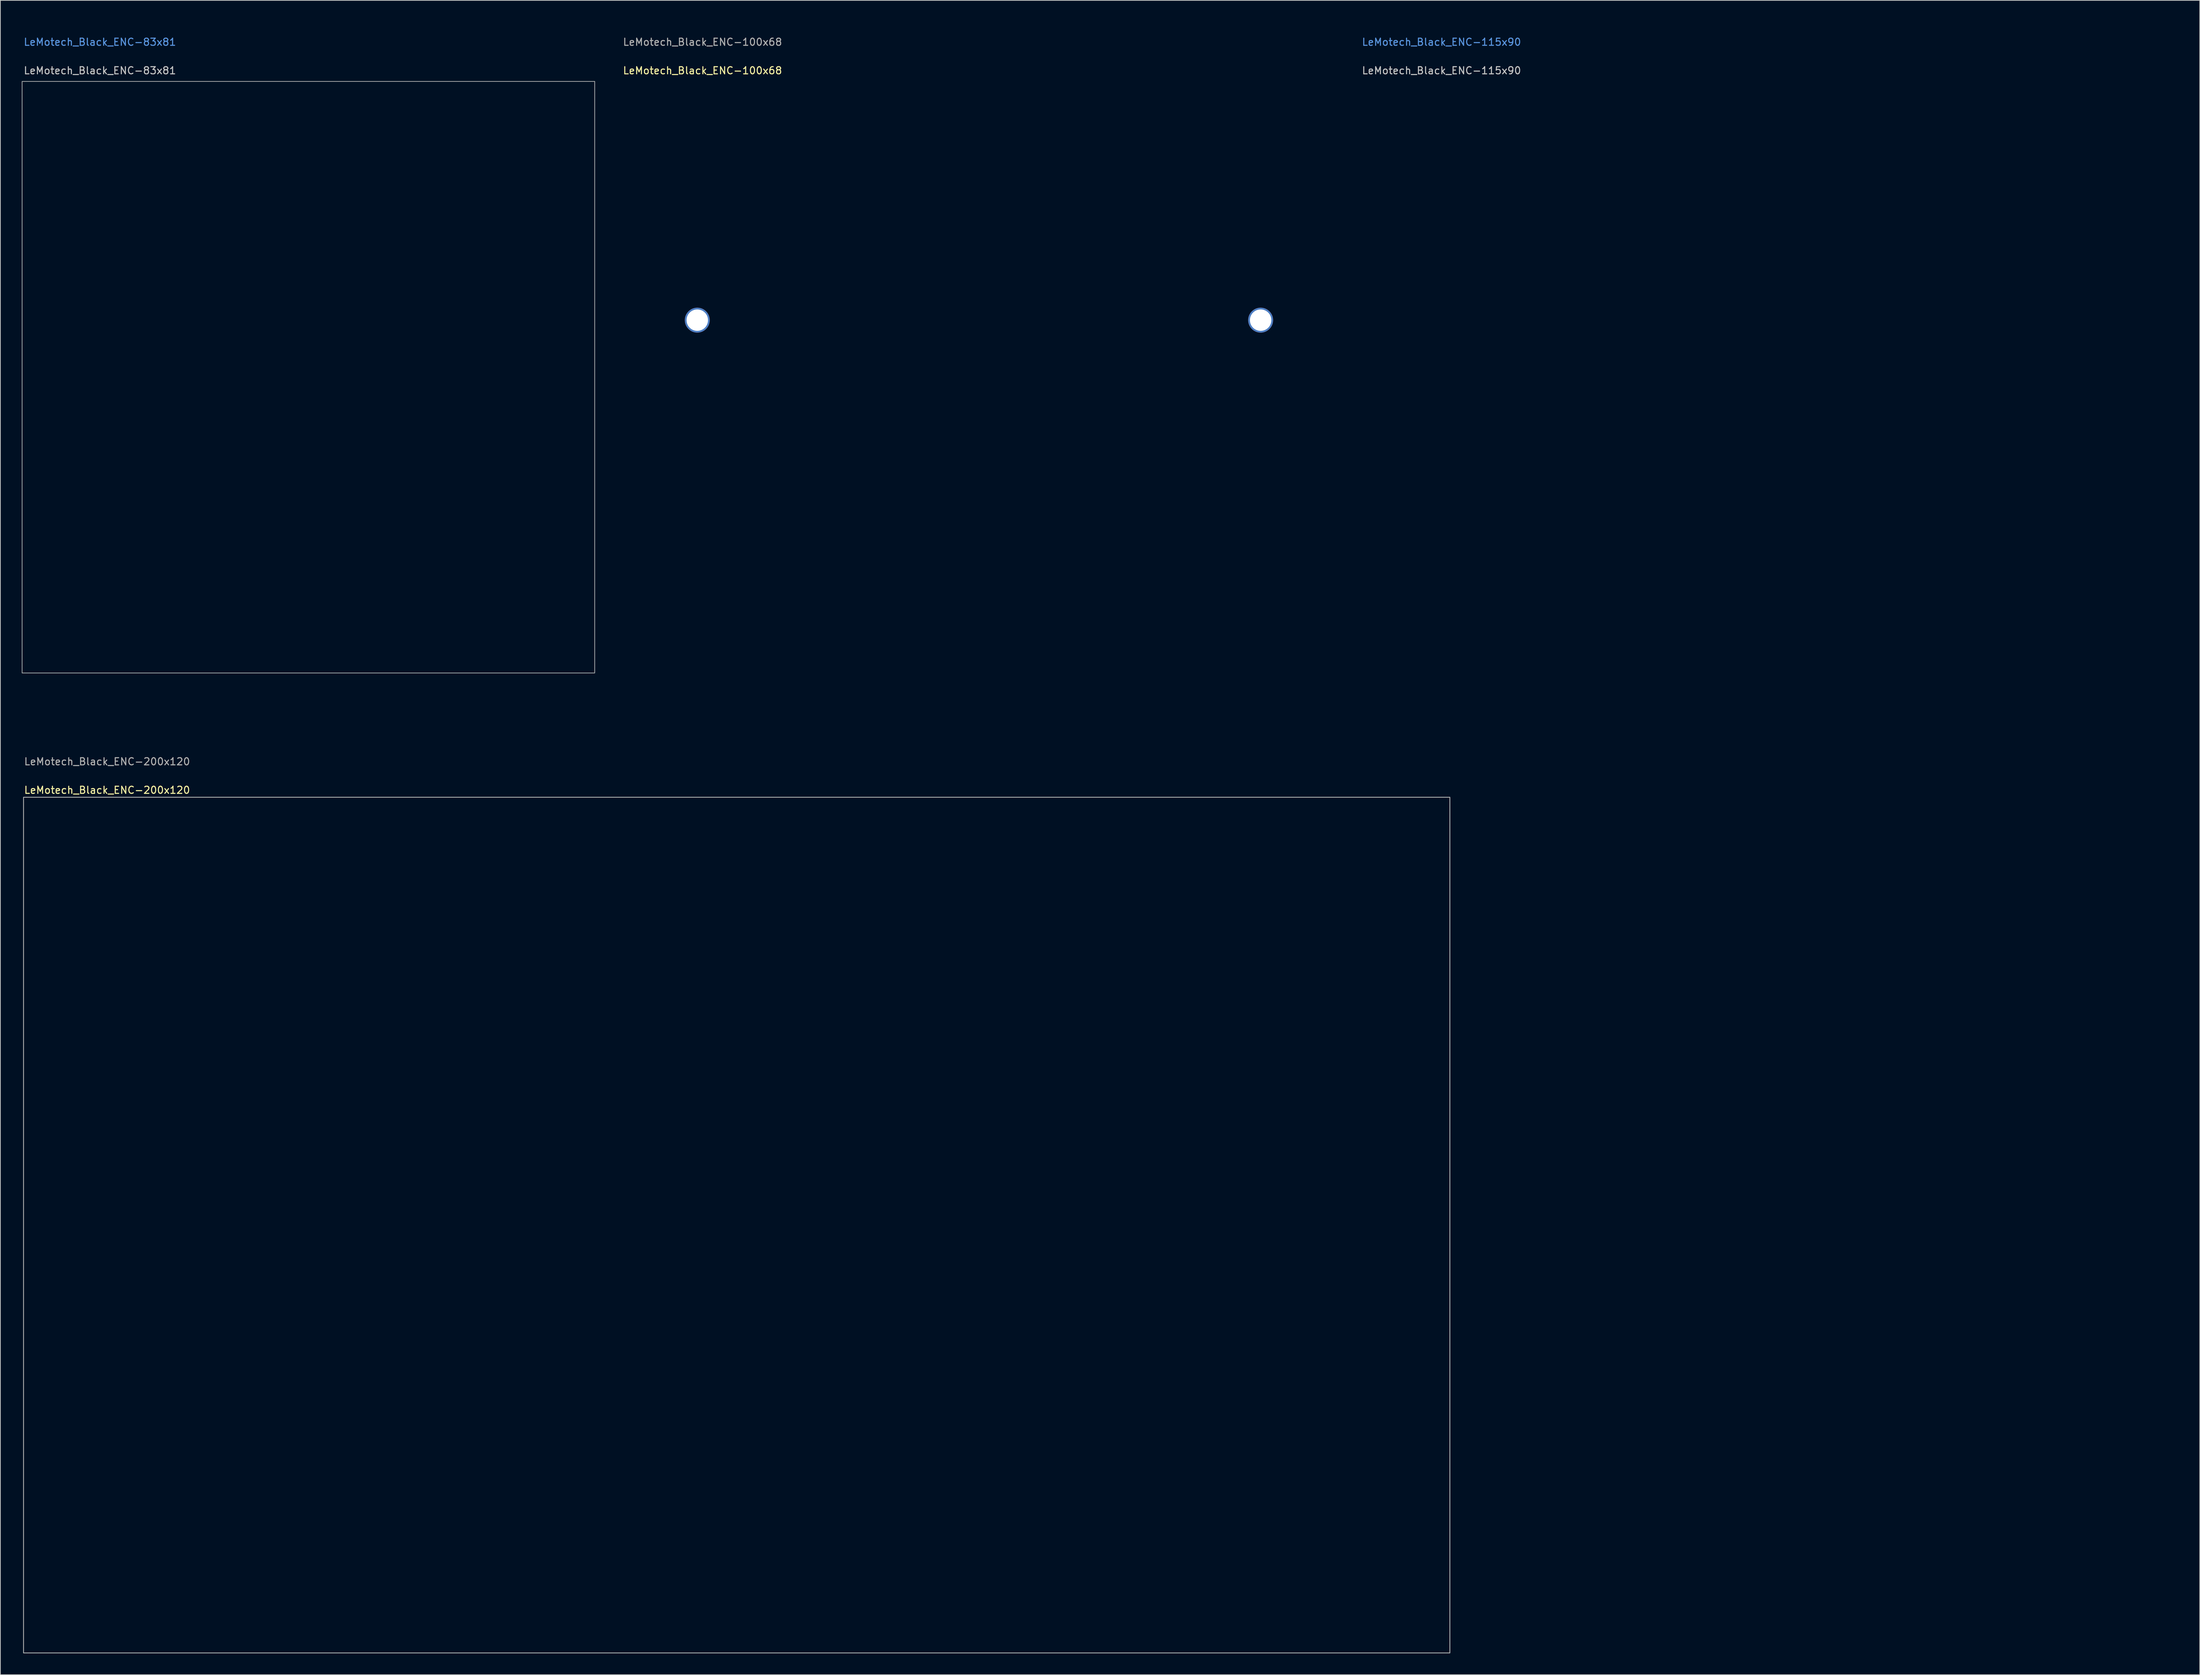
<source format=kicad_pcb>
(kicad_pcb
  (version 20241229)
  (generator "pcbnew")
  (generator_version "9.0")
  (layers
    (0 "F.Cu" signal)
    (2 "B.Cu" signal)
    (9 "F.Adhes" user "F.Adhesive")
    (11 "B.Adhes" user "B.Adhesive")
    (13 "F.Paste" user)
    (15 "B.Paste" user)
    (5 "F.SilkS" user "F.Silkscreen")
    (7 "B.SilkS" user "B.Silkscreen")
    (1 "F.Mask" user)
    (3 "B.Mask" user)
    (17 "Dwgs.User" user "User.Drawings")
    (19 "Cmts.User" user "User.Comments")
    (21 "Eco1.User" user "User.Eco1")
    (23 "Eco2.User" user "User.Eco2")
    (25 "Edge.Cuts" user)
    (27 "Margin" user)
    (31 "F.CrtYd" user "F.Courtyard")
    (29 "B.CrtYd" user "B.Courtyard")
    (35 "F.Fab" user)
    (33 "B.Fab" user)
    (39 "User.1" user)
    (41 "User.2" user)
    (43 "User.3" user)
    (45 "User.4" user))
  (footprint "LeMotech_Black_ENC-100x68"
    (layer "F.Cu")
    (at 134.219 41.848)
    (property "Reference" "LeMotech_Black_ENC-100x68" (at -50 -35 0) (unlocked yes) (layer "F.SilkS") (effects (font (size 1 1) (thickness 0.15)) (justify left)))
    (fp_rect (start -50 -34) (end 50 34) (stroke (width 0.12) (type solid)) (fill no) (layer "User.1"))
    (fp_line (start -47 17.955) (end -47 -17.955) (stroke (width 0.12) (type solid)) (layer "User.2"))
    (fp_line (start -44 20.955) (end -42.703 20.955) (stroke (width 0.12) (type solid)) (layer "User.2"))
    (fp_line (start -42.703 -20.955) (end -44 -20.955) (stroke (width 0.12) (type solid)) (layer "User.2"))
    (fp_line (start -36.703 -26.955) (end -36.703 -28) (stroke (width 0.12) (type solid)) (layer "User.2"))
    (fp_line (start -36.703 28) (end -36.703 26.955) (stroke (width 0.12) (type solid)) (layer "User.2"))
    (fp_line (start -33.703 -31) (end 33.703 -31) (stroke (width 0.12) (type solid)) (layer "User.2"))
    (fp_line (start 33.703 31) (end -33.703 31) (stroke (width 0.12) (type solid)) (layer "User.2"))
    (fp_line (start 36.703 -28) (end 36.703 -26.955) (stroke (width 0.12) (type solid)) (layer "User.2"))
    (fp_line (start 36.703 26.955) (end 36.703 28) (stroke (width 0.12) (type solid)) (layer "User.2"))
    (fp_line (start 42.703 -20.955) (end 44 -20.955) (stroke (width 0.12) (type solid)) (layer "User.2"))
    (fp_line (start 44 20.955) (end 42.703 20.955) (stroke (width 0.12) (type solid)) (layer "User.2"))
    (fp_line (start 47 -17.955) (end 47 17.955) (stroke (width 0.12) (type solid)) (layer "User.2"))
    (fp_arc (start -47 -17.955) (mid -46.12132 -20.07632) (end -44 -20.955) (stroke (width 0.12) (type solid)) (layer "User.2"))
    (fp_arc (start -44 20.955) (mid -46.12132 20.07632) (end -47 17.955) (stroke (width 0.12) (type solid)) (layer "User.2"))
    (fp_arc (start -42.703 20.955) (mid -38.460359 22.712359) (end -36.703 26.955) (stroke (width 0.12) (type solid)) (layer "User.2"))
    (fp_arc (start -36.703 -28) (mid -35.82432 -30.12132) (end -33.703 -31) (stroke (width 0.12) (type solid)) (layer "User.2"))
    (fp_arc (start -36.703 -26.955) (mid -38.460359 -22.712359) (end -42.703 -20.955) (stroke (width 0.12) (type solid)) (layer "User.2"))
    (fp_arc (start -33.703 31) (mid -35.82432 30.12132) (end -36.703 28) (stroke (width 0.12) (type solid)) (layer "User.2"))
    (fp_arc (start 33.703 -31) (mid 35.82432 -30.12132) (end 36.703 -28) (stroke (width 0.12) (type solid)) (layer "User.2"))
    (fp_arc (start 36.703 26.955) (mid 38.460359 22.712359) (end 42.703 20.955) (stroke (width 0.12) (type solid)) (layer "User.2"))
    (fp_arc (start 36.703 28) (mid 35.82432 30.12132) (end 33.703 31) (stroke (width 0.12) (type solid)) (layer "User.2"))
    (fp_arc (start 42.703 -20.955) (mid 38.460359 -22.712359) (end 36.703 -26.955) (stroke (width 0.12) (type solid)) (layer "User.2"))
    (fp_arc (start 44 -20.955) (mid 46.12132 -20.07632) (end 47 -17.955) (stroke (width 0.12) (type solid)) (layer "User.2"))
    (fp_arc (start 47 17.955) (mid 46.12132 20.07632) (end 44 20.955) (stroke (width 0.12) (type solid)) (layer "User.2"))
    (fp_circle (center -44 -27.94) (end -42.25 -27.94) (stroke (width 0.12) (type solid)) (fill no) (layer "User.4"))
    (fp_circle (center -44 27.94) (end -42.25 27.94) (stroke (width 0.12) (type solid)) (fill no) (layer "User.4"))
    (fp_circle (center 44 -27.94) (end 45.75 -27.94) (stroke (width 0.12) (type solid)) (fill no) (layer "User.4"))
    (fp_circle (center 44 27.94) (end 45.75 27.94) (stroke (width 0.12) (type solid)) (fill no) (layer "User.4"))
    (fp_text user "${REFERENCE}" (at -50 -39 0) (unlocked yes) (layer "F.Fab") (effects (font (size 1 1) (thickness 0.15)) (justify left)))
    (fp_text user "https://www.amazon.com/gp/product/B083LC22JZ/ref=ox_sc_act_title_2?smid=A1NFM2368P534K&th=1" (at -50 -41 0) (layer "User.9") (effects (font (size 1 1) (thickness 0.15)) (justify left)))
    (pad "" np_thru_hole circle (at -39.497 0) (size 3.5 3.5) (drill 3) (layers "*.Cu" "*.Mask"))
    (pad "" np_thru_hole circle (at 39.497 0) (size 3.5 3.5) (drill 3) (layers "*.Cu" "*.Mask")))
  (footprint "LeMotech_Black_ENC-83x81"
    (layer "F.Cu")
    (at 40.195 49.848)
    (property "Reference" "LeMotech_Black_ENC-83x81" (at -40 -43 0) (unlocked yes) (layer "Dwgs.User") (effects (font (size 1 1) (thickness 0.15)) (justify left)))
    (fp_rect (start -40.145 -41.48) (end 40.145 41.48) (stroke (width 0.1) (type solid)) (fill no) (layer "F.Fab"))
    (fp_line (start -37.145 -28.448) (end -18.542 -28.448) (stroke (width 0.12) (type solid)) (layer "User.2"))
    (fp_line (start -37.145 28.448) (end -37.145 -28.448) (stroke (width 0.12) (type solid)) (layer "User.2"))
    (fp_line (start -37.145 28.448) (end -18.542 28.448) (stroke (width 0.12) (type solid)) (layer "User.2"))
    (fp_line (start -18.542 -38.18) (end 18.542 -38.18) (stroke (width 0.12) (type solid)) (layer "User.2"))
    (fp_line (start -18.542 -28.448) (end -18.542 -38.18) (stroke (width 0.12) (type solid)) (layer "User.2"))
    (fp_line (start -18.542 28.448) (end -18.542 38.18) (stroke (width 0.12) (type solid)) (layer "User.2"))
    (fp_line (start 18.542 -38.18) (end 18.542 -28.448) (stroke (width 0.12) (type solid)) (layer "User.2"))
    (fp_line (start 18.542 -28.448) (end 37.145 -28.448) (stroke (width 0.12) (type solid)) (layer "User.2"))
    (fp_line (start 18.542 28.448) (end 18.542 38.18) (stroke (width 0.12) (type solid)) (layer "User.2"))
    (fp_line (start 18.542 38.18) (end -18.542 38.18) (stroke (width 0.12) (type solid)) (layer "User.2"))
    (fp_line (start 37.145 -28.448) (end 37.145 28.448) (stroke (width 0.12) (type solid)) (layer "User.2"))
    (fp_line (start 37.145 28.448) (end 18.542 28.448) (stroke (width 0.12) (type solid)) (layer "User.2"))
    (fp_circle (center -34.5 -35.5) (end -32.75 -35.5) (stroke (width 0.12) (type solid)) (fill no) (layer "User.4"))
    (fp_circle (center -34.5 35.5) (end -32.75 35.5) (stroke (width 0.12) (type solid)) (fill no) (layer "User.4"))
    (fp_circle (center 34.5 -35.5) (end 36.25 -35.5) (stroke (width 0.12) (type solid)) (fill no) (layer "User.4"))
    (fp_circle (center 34.5 35.5) (end 36.25 35.5) (stroke (width 0.12) (type solid)) (fill no) (layer "User.4"))
    (fp_circle (center -25.5 -35.5) (end -23.26 -35.5) (stroke (width 0.12) (type solid)) (fill no) (layer "User.7"))
    (fp_circle (center -25.5 35.5) (end -23.26 35.5) (stroke (width 0.12) (type solid)) (fill no) (layer "User.7"))
    (fp_circle (center 25.5 -35.5) (end 27.74 -35.5) (stroke (width 0.12) (type solid)) (fill no) (layer "User.7"))
    (fp_circle (center 25.5 35.5) (end 27.74 35.5) (stroke (width 0.12) (type solid)) (fill no) (layer "User.7"))
    (fp_circle (center -34.5 -35.5) (end -30.5 -35.5) (stroke (width 0.12) (type solid)) (fill no) (layer "User.8"))
    (fp_circle (center -34.5 35.5) (end -30.5 35.5) (stroke (width 0.12) (type solid)) (fill no) (layer "User.8"))
    (fp_circle (center 34.5 -35.5) (end 38.5 -35.5) (stroke (width 0.12) (type solid)) (fill no) (layer "User.8"))
    (fp_circle (center 34.5 35.5) (end 38.5 35.5) (stroke (width 0.12) (type solid)) (fill no) (layer "User.8"))
    (fp_circle (center -14.14 -16.85) (end -12.345 -16.85) (stroke (width 0.1) (type solid)) (fill no) (layer "User.9"))
    (fp_circle (center 0 -30.75) (end 1.795 -30.75) (stroke (width 0.1) (type solid)) (fill no) (layer "User.9"))
    (fp_circle (center 0 30.75) (end 1.795 30.75) (stroke (width 0.1) (type solid)) (fill no) (layer "User.9"))
    (fp_circle (center 14.14 16.85) (end 15.935 16.85) (stroke (width 0.1) (type solid)) (fill no) (layer "User.9"))
    (fp_text user "${REFERENCE}" (at -40 -47 0) (unlocked yes) (layer "Cmts.User") (effects (font (size 1 1) (thickness 0.15)) (justify left)))
    (fp_text user "https://www.amazon.com/gp/product/B08161PBP6/ref=ox_sc_act_title_2?smid=A1NFM2368P534K&th=1" (at -40 -49 0) (layer "User.9") (effects (font (size 1 1) (thickness 0.15)) (justify left))))
  (footprint "LeMotech_Black_ENC-115x90"
    (layer "F.Cu")
    (at 244.839 52.848)
    (property "Reference" "LeMotech_Black_ENC-115x90" (at -57 -46 0) (unlocked yes) (layer "Dwgs.User") (effects (font (size 1 1) (thickness 0.15)) (justify left)))
    (attr board_only)
    (fp_line (start -57.5 -45) (end 57.5 -45) (stroke (width 0.12) (type solid)) (layer "User.1"))
    (fp_line (start -57.5 45) (end -57.5 -45) (stroke (width 0.12) (type solid)) (layer "User.1"))
    (fp_line (start 57.5 -45) (end 57.5 45) (stroke (width 0.12) (type solid)) (layer "User.1"))
    (fp_line (start 57.5 45) (end -57.5 45) (stroke (width 0.12) (type solid)) (layer "User.1"))
    (fp_line (start -54.5 19) (end -54.5 -19) (stroke (width 0.12) (type solid)) (layer "User.2"))
    (fp_line (start -50.5 -23) (end -48.7 -23) (stroke (width 0.12) (type solid)) (layer "User.2"))
    (fp_line (start -48.7 23) (end -50.5 23) (stroke (width 0.12) (type solid)) (layer "User.2"))
    (fp_line (start -44.7 -27) (end -44.7 -38) (stroke (width 0.12) (type solid)) (layer "User.2"))
    (fp_line (start -44.7 38) (end -44.7 27) (stroke (width 0.12) (type solid)) (layer "User.2"))
    (fp_line (start -40.7 -42) (end 40.7 -42) (stroke (width 0.12) (type solid)) (layer "User.2"))
    (fp_line (start 40.7 42) (end -40.7 42) (stroke (width 0.12) (type solid)) (layer "User.2"))
    (fp_line (start 44.7 -38) (end 44.7 -27) (stroke (width 0.12) (type solid)) (layer "User.2"))
    (fp_line (start 44.7 27) (end 44.7 38) (stroke (width 0.12) (type solid)) (layer "User.2"))
    (fp_line (start 48.7 -23) (end 50.5 -23) (stroke (width 0.12) (type solid)) (layer "User.2"))
    (fp_line (start 50.5 23) (end 48.7 23) (stroke (width 0.12) (type solid)) (layer "User.2"))
    (fp_line (start 54.5 -19) (end 54.5 19) (stroke (width 0.12) (type solid)) (layer "User.2"))
    (fp_arc (start -54.5 -19) (mid -53.328427 -21.828427) (end -50.5 -23) (stroke (width 0.12) (type solid)) (layer "User.2"))
    (fp_arc (start -50.5 23) (mid -53.328427 21.828427) (end -54.5 19) (stroke (width 0.12) (type solid)) (layer "User.2"))
    (fp_arc (start -48.7 23) (mid -45.871573 24.171573) (end -44.7 27) (stroke (width 0.12) (type solid)) (layer "User.2"))
    (fp_arc (start -44.7 -38) (mid -43.528427 -40.828427) (end -40.7 -42) (stroke (width 0.12) (type solid)) (layer "User.2"))
    (fp_arc (start -44.7 -27) (mid -45.871573 -24.171573) (end -48.7 -23) (stroke (width 0.12) (type solid)) (layer "User.2"))
    (fp_arc (start -40.7 42) (mid -43.528427 40.828427) (end -44.7 38) (stroke (width 0.12) (type solid)) (layer "User.2"))
    (fp_arc (start 40.7 -42) (mid 43.528427 -40.828427) (end 44.7 -38) (stroke (width 0.12) (type solid)) (layer "User.2"))
    (fp_arc (start 44.7 27) (mid 45.871573 24.171573) (end 48.7 23) (stroke (width 0.12) (type solid)) (layer "User.2"))
    (fp_arc (start 44.7 38) (mid 43.528427 40.828427) (end 40.7 42) (stroke (width 0.12) (type solid)) (layer "User.2"))
    (fp_arc (start 48.7 -23) (mid 45.871573 -24.171573) (end 44.7 -27) (stroke (width 0.12) (type solid)) (layer "User.2"))
    (fp_arc (start 50.5 -23) (mid 53.328427 -21.828427) (end 54.5 -19) (stroke (width 0.12) (type solid)) (layer "User.2"))
    (fp_arc (start 54.5 19) (mid 53.328427 21.828427) (end 50.5 23) (stroke (width 0.12) (type solid)) (layer "User.2"))
    (fp_circle (center -39.5 -35) (end -36 -35) (stroke (width 0.12) (type solid)) (fill no) (layer "User.3"))
    (fp_circle (center -39.5 35) (end -36 35) (stroke (width 0.12) (type solid)) (fill no) (layer "User.3"))
    (fp_circle (center 39.5 -35) (end 43 -35) (stroke (width 0.12) (type solid)) (fill no) (layer "User.3"))
    (fp_circle (center 39.5 35) (end 43 35) (stroke (width 0.12) (type solid)) (fill no) (layer "User.3"))
    (fp_circle (center -39.5 -35) (end -38 -35) (stroke (width 0.1) (type solid)) (fill no) (layer "User.9"))
    (fp_circle (center -39.5 35) (end -38 35) (stroke (width 0.1) (type solid)) (fill no) (layer "User.9"))
    (fp_circle (center 39.5 -35) (end 41 -35) (stroke (width 0.1) (type solid)) (fill no) (layer "User.9"))
    (fp_circle (center 39.5 35) (end 41 35) (stroke (width 0.1) (type solid)) (fill no) (layer "User.9"))
    (fp_text user "${REFERENCE}" (at -57 -50 0) (unlocked yes) (layer "Cmts.User") (effects (font (size 1 1) (thickness 0.15)) (justify left)))
    (fp_text user "https://www.amazon.com/gp/product/B0895J3SWL/ref=ox_sc_act_title_3?smid=A1NFM2368P534K&th=1" (at -57 -52 0) (layer "User.9") (effects (font (size 1 1) (thickness 0.15)) (justify left))))
  (footprint "LeMotech_Black_ENC-200x120"
    (layer "F.Cu")
    (at 0.25 108.757)
    (property "Reference" "LeMotech_Black_ENC-200x120" (at 0 -1 0) (unlocked yes) (layer "F.SilkS") (effects (font (size 1 1) (thickness 0.15)) (justify left)))
    (attr board_only exclude_from_pos_files)
    (fp_rect (start 0 0) (end 200 120) (stroke (width 0.12) (type solid)) (fill no) (layer "F.Fab"))
    (fp_line (start 3 21.5) (end 12.5 21.5) (stroke (width 0.12) (type solid)) (layer "User.2"))
    (fp_line (start 3 98.5) (end 3 21.5) (stroke (width 0.12) (type solid)) (layer "User.2"))
    (fp_line (start 12.5 3) (end 187.5 3) (stroke (width 0.12) (type solid)) (layer "User.2"))
    (fp_line (start 12.5 21.5) (end 12.5 3) (stroke (width 0.12) (type solid)) (layer "User.2"))
    (fp_line (start 12.5 98.5) (end 3 98.5) (stroke (width 0.12) (type solid)) (layer "User.2"))
    (fp_line (start 12.5 117) (end 12.5 98.5) (stroke (width 0.12) (type solid)) (layer "User.2"))
    (fp_line (start 12.5 117) (end 187.5 117) (stroke (width 0.12) (type solid)) (layer "User.2"))
    (fp_line (start 187.5 21.5) (end 187.5 3) (stroke (width 0.12) (type solid)) (layer "User.2"))
    (fp_line (start 187.5 21.5) (end 197 21.5) (stroke (width 0.12) (type solid)) (layer "User.2"))
    (fp_line (start 187.5 98.5) (end 187.5 117) (stroke (width 0.12) (type solid)) (layer "User.2"))
    (fp_line (start 197 21.5) (end 197 98.5) (stroke (width 0.12) (type solid)) (layer "User.2"))
    (fp_line (start 197 98.5) (end 187.5 98.5) (stroke (width 0.12) (type solid)) (layer "User.2"))
    (fp_circle (center 12.5 40) (end 13.75 40) (stroke (width 0.1) (type solid)) (fill no) (layer "User.3"))
    (fp_circle (center 12.5 40) (end 16.25 40) (stroke (width 0.12) (type solid)) (fill no) (layer "User.3"))
    (fp_circle (center 12.5 60) (end 13.75 60) (stroke (width 0.1) (type solid)) (fill no) (layer "User.3"))
    (fp_circle (center 12.5 60) (end 16.25 60) (stroke (width 0.12) (type solid)) (fill no) (layer "User.3"))
    (fp_circle (center 12.5 80) (end 13.75 80) (stroke (width 0.1) (type solid)) (fill no) (layer "User.3"))
    (fp_circle (center 12.5 80) (end 16.25 80) (stroke (width 0.12) (type solid)) (fill no) (layer "User.3"))
    (fp_circle (center 20 15) (end 21.25 15) (stroke (width 0.1) (type solid)) (fill no) (layer "User.3"))
    (fp_circle (center 20 15) (end 23.75 15) (stroke (width 0.12) (type solid)) (fill no) (layer "User.3"))
    (fp_circle (center 20 105) (end 21.25 105) (stroke (width 0.1) (type solid)) (fill no) (layer "User.3"))
    (fp_circle (center 20 105) (end 23.75 105) (stroke (width 0.12) (type solid)) (fill no) (layer "User.3"))
    (fp_circle (center 42 15) (end 43.25 15) (stroke (width 0.1) (type solid)) (fill no) (layer "User.3"))
    (fp_circle (center 42 15) (end 45.75 15) (stroke (width 0.12) (type solid)) (fill no) (layer "User.3"))
    (fp_circle (center 42 105) (end 43.25 105) (stroke (width 0.1) (type solid)) (fill no) (layer "User.3"))
    (fp_circle (center 42 105) (end 45.75 105) (stroke (width 0.12) (type solid)) (fill no) (layer "User.3"))
    (fp_circle (center 180 15) (end 181.25 15) (stroke (width 0.1) (type solid)) (fill no) (layer "User.3"))
    (fp_circle (center 180 15) (end 183.75 15) (stroke (width 0.12) (type solid)) (fill no) (layer "User.3"))
    (fp_circle (center 180 105) (end 181.25 105) (stroke (width 0.1) (type solid)) (fill no) (layer "User.3"))
    (fp_circle (center 180 105) (end 183.75 105) (stroke (width 0.12) (type solid)) (fill no) (layer "User.3"))
    (fp_circle (center 187.5 40) (end 188.75 40) (stroke (width 0.1) (type solid)) (fill no) (layer "User.3"))
    (fp_circle (center 187.5 40) (end 191.25 40) (stroke (width 0.12) (type solid)) (fill no) (layer "User.3"))
    (fp_circle (center 187.5 60) (end 188.75 60) (stroke (width 0.1) (type solid)) (fill no) (layer "User.3"))
    (fp_circle (center 187.5 60) (end 191.25 60) (stroke (width 0.12) (type solid)) (fill no) (layer "User.3"))
    (fp_circle (center 187.5 80) (end 188.75 80) (stroke (width 0.1) (type solid)) (fill no) (layer "User.3"))
    (fp_circle (center 187.5 80) (end 191.25 80) (stroke (width 0.12) (type solid)) (fill no) (layer "User.3"))
    (fp_line (start 100 4) (end 100 116) (stroke (width 0.5) (type solid)) (layer "User.6"))
    (fp_circle (center 6 15.5) (end 8.25 15.5) (stroke (width 0.12) (type solid)) (fill no) (layer "User.9"))
    (fp_circle (center 6 104.5) (end 8.25 104.5) (stroke (width 0.12) (type solid)) (fill no) (layer "User.9"))
    (fp_circle (center 194 15.5) (end 196.25 15.5) (stroke (width 0.12) (type solid)) (fill no) (layer "User.9"))
    (fp_circle (center 194 104.5) (end 196.25 104.5) (stroke (width 0.12) (type solid)) (fill no) (layer "User.9"))
    (fp_text user "${REFERENCE}" (at 0 -5 0) (unlocked yes) (layer "F.Fab") (effects (font (size 1 1) (thickness 0.15)) (justify left)))
    (fp_text user "https://www.amazon.com/dp/B07D23BF7Y?psc=1&ref=ppx_yo2ov_dt_b_product_details" (at 0 -7 0) (layer "User.1") (effects (font (size 1 1) (thickness 0.15)) (justify left))))
  (gr_rect
    (start -3 -3)
    (end 305.399 231.816)
    (stroke (width 0.1) (type default))
    (fill no)
    (layer "Edge.Cuts")))
</source>
